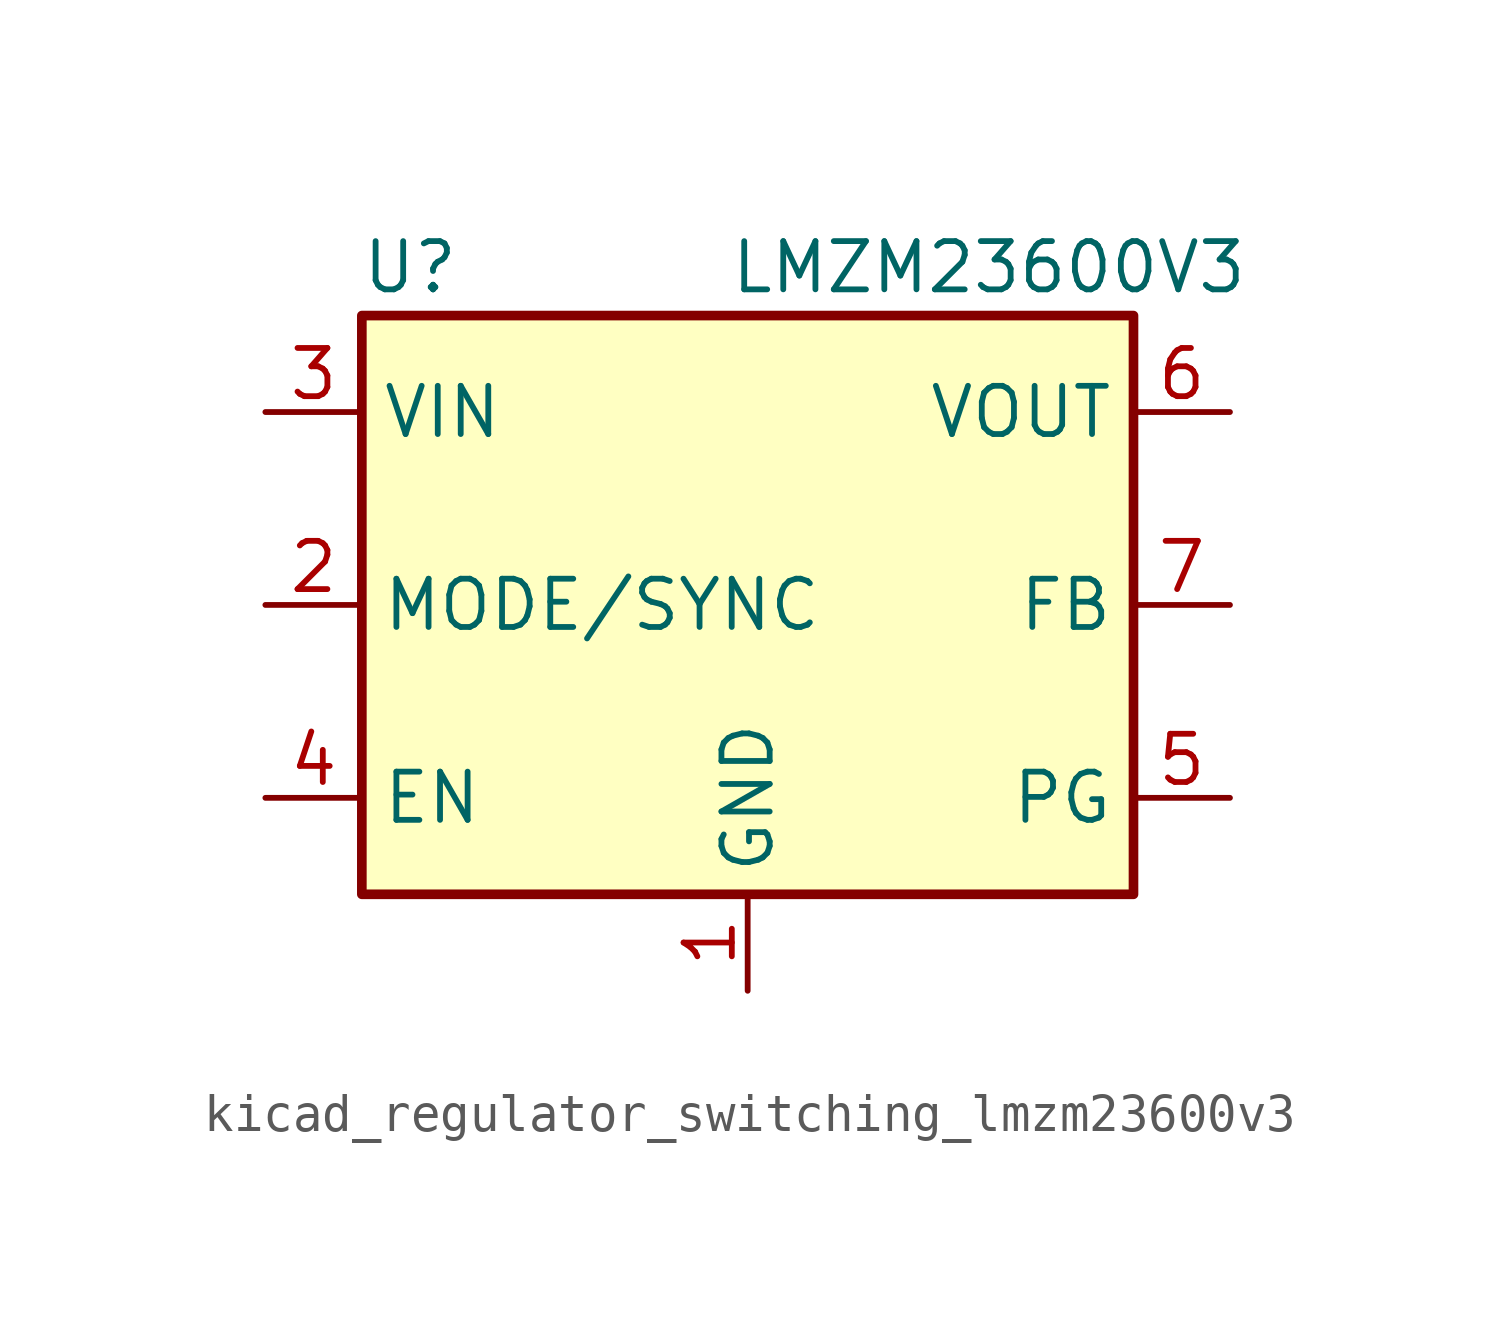
<source format=kicad_sym>
(kicad_symbol_lib
  (version 20220914)
  (generator kicad_symbol_editor)
  (symbol "kicad_regulator_switching_lmzm23600v3"
    (property "Reference" "U"
      (at -8.89 8.89 0)
      (effects (font (size 1.27 1.27))))
    (property "Value" "LMZM23600V3"
      (at 6.35 8.89 0)
      (effects (font (size 1.27 1.27))))
    (symbol "kicad_regulator_switching_lmzm23600v3_0_1"
      (rectangle (start -10.16 7.62) (end 10.16 -7.62) (stroke (width 0.254) (type default)) (fill (type background))))
    (symbol "kicad_regulator_switching_lmzm23600v3_1_1"
      (pin power_in line (at 0 -10.16 90) (length 2.54) (name "GND" (effects (font (size 1.27 1.27)))) (number "1" (effects (font (size 1.27 1.27)))))
      (pin no_connect line (at -2.54 -7.62 90) (length 2.54) hide (name "~" (effects (font (size 1.27 1.27)))) (number "10" (effects (font (size 1.27 1.27)))))
      (pin passive line (at 0 -10.16 90) (length 2.54) hide (name "GND" (effects (font (size 1.27 1.27)))) (number "11" (effects (font (size 1.27 1.27)))))
      (pin input line (at -12.7 0 0) (length 2.54) (name "MODE/SYNC" (effects (font (size 1.27 1.27)))) (number "2" (effects (font (size 1.27 1.27)))))
      (pin power_in line (at -12.7 5.08 0) (length 2.54) (name "VIN" (effects (font (size 1.27 1.27)))) (number "3" (effects (font (size 1.27 1.27)))))
      (pin input line (at -12.7 -5.08 0) (length 2.54) (name "EN" (effects (font (size 1.27 1.27)))) (number "4" (effects (font (size 1.27 1.27)))))
      (pin open_collector line (at 12.7 -5.08 180) (length 2.54) (name "PG" (effects (font (size 1.27 1.27)))) (number "5" (effects (font (size 1.27 1.27)))))
      (pin power_out line (at 12.7 5.08 180) (length 2.54) (name "VOUT" (effects (font (size 1.27 1.27)))) (number "6" (effects (font (size 1.27 1.27)))))
      (pin input line (at 12.7 0 180) (length 2.54) (name "FB" (effects (font (size 1.27 1.27)))) (number "7" (effects (font (size 1.27 1.27)))))
      (pin no_connect line (at 5.08 -7.62 90) (length 2.54) hide (name "~" (effects (font (size 1.27 1.27)))) (number "8" (effects (font (size 1.27 1.27)))))
      (pin no_connect line (at 2.54 -7.62 90) (length 2.54) hide (name "~" (effects (font (size 1.27 1.27)))) (number "9" (effects (font (size 1.27 1.27))))))))
</source>
